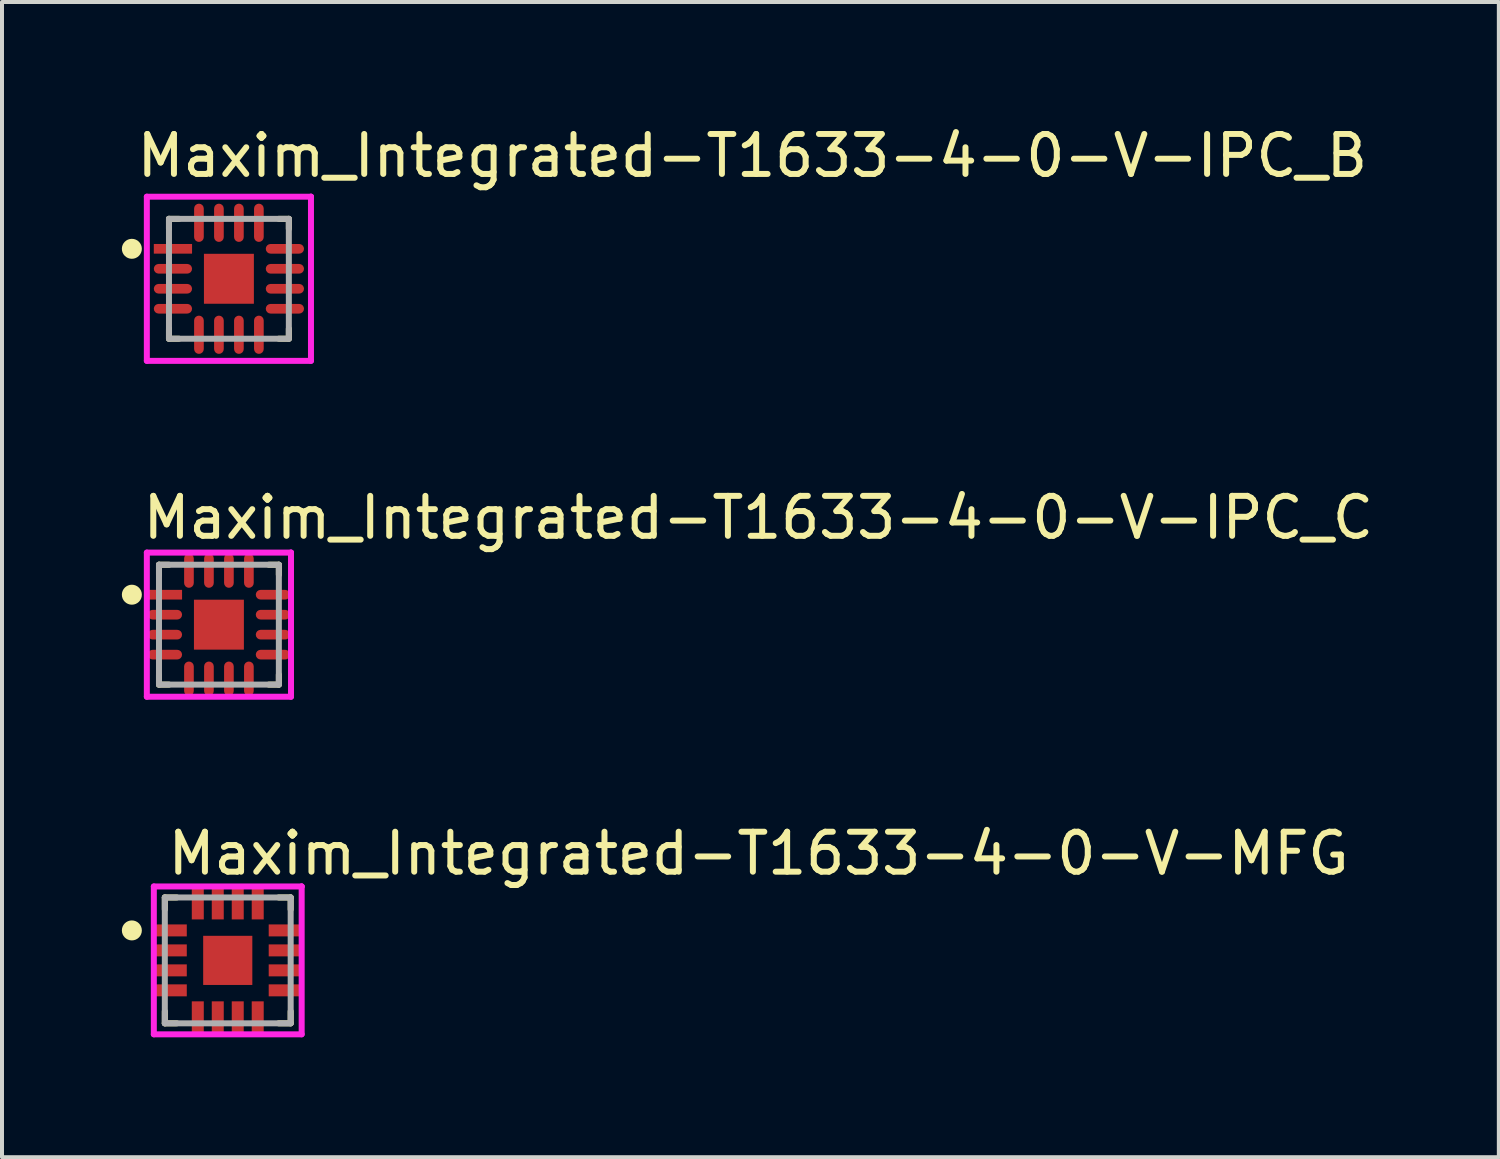
<source format=kicad_pcb>
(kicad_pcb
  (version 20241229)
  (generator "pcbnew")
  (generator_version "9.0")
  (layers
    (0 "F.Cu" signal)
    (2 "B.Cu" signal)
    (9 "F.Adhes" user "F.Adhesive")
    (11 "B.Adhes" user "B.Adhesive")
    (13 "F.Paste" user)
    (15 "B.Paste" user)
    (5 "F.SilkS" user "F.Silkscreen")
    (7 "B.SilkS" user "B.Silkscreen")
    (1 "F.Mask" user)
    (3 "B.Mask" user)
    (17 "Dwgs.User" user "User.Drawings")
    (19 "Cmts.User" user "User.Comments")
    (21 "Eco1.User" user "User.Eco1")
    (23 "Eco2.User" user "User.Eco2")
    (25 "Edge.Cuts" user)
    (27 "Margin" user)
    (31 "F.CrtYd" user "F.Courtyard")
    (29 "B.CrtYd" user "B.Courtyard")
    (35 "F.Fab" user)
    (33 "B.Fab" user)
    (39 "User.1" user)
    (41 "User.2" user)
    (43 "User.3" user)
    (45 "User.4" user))
  (footprint "Maxim_Integrated-T1633-4-0-V-IPC_C"
    (layer "F.Cu")
    (at 2.429 12.584)
    (property "Reference" "Maxim_Integrated-T1633-4-0-V-IPC_C" (at -1.979 -2.679 0) (layer "F.SilkS") (effects (font (size 1 1) (thickness 0.15)) (justify left)))
    (attr through_hole)
    (fp_line (start -1.5 -1.5) (end -1.5 -1.25) (stroke (width 0.15) (type solid)) (layer "F.SilkS"))
    (fp_line (start -1.5 1.5) (end -1.5 1.25) (stroke (width 0.15) (type solid)) (layer "F.SilkS"))
    (fp_line (start -1.25 -1.5) (end -1.5 -1.5) (stroke (width 0.15) (type solid)) (layer "F.SilkS"))
    (fp_line (start -1.25 1.5) (end -1.5 1.5) (stroke (width 0.15) (type solid)) (layer "F.SilkS"))
    (fp_line (start 1.25 -1.5) (end 1.5 -1.5) (stroke (width 0.15) (type solid)) (layer "F.SilkS"))
    (fp_line (start 1.25 1.5) (end 1.5 1.5) (stroke (width 0.15) (type solid)) (layer "F.SilkS"))
    (fp_line (start 1.5 -1.5) (end 1.5 -1.25) (stroke (width 0.15) (type solid)) (layer "F.SilkS"))
    (fp_line (start 1.5 1.5) (end 1.5 1.25) (stroke (width 0.15) (type solid)) (layer "F.SilkS"))
    (fp_circle (center -2.179 -0.75) (end -2.054 -0.75) (stroke (width 0.25) (type solid)) (fill no) (layer "F.SilkS"))
    (fp_poly (pts (xy -0.395 -0.395) (xy 0.395 -0.395) (xy 0.395 0.395) (xy -0.395 0.395)) (stroke (width 0) (type solid)) (fill yes) (layer "F.Paste"))
    (fp_line (start -1.804 -1.804) (end -1.804 1.804) (stroke (width 0.15) (type solid)) (layer "F.CrtYd"))
    (fp_line (start -1.804 1.804) (end 1.804 1.804) (stroke (width 0.15) (type solid)) (layer "F.CrtYd"))
    (fp_line (start 1.804 -1.804) (end -1.804 -1.804) (stroke (width 0.15) (type solid)) (layer "F.CrtYd"))
    (fp_line (start 1.804 -1.804) (end 1.804 -1.804) (stroke (width 0.15) (type solid)) (layer "F.CrtYd"))
    (fp_line (start 1.804 1.804) (end 1.804 -1.804) (stroke (width 0.15) (type solid)) (layer "F.CrtYd"))
    (fp_line (start -1.5 -1.5) (end 1.5 -1.5) (stroke (width 0.15) (type solid)) (layer "F.Fab"))
    (fp_line (start -1.5 1.5) (end -1.5 -1.5) (stroke (width 0.15) (type solid)) (layer "F.Fab"))
    (fp_line (start 1.5 -1.5) (end 1.5 1.5) (stroke (width 0.15) (type solid)) (layer "F.Fab"))
    (fp_line (start 1.5 1.5) (end -1.5 1.5) (stroke (width 0.15) (type solid)) (layer "F.Fab"))
    (pad "1" smd rect (at -1.351 -0.75) (size 0.857 0.242) (layers "F.Cu" "F.Mask" "F.Paste"))
    (pad "2" smd roundrect (at -1.351 -0.25) (size 0.857 0.242) (layers "F.Cu" "F.Mask" "F.Paste") (roundrect_rratio 0.5))
    (pad "3" smd roundrect (at -1.351 0.25) (size 0.857 0.242) (layers "F.Cu" "F.Mask" "F.Paste") (roundrect_rratio 0.5))
    (pad "4" smd roundrect (at -1.351 0.75) (size 0.857 0.242) (layers "F.Cu" "F.Mask" "F.Paste") (roundrect_rratio 0.5))
    (pad "5" smd roundrect (at -0.75 1.351) (size 0.242 0.857) (layers "F.Cu" "F.Mask" "F.Paste") (roundrect_rratio 0.5))
    (pad "6" smd roundrect (at -0.25 1.351) (size 0.242 0.857) (layers "F.Cu" "F.Mask" "F.Paste") (roundrect_rratio 0.5))
    (pad "7" smd roundrect (at 0.25 1.351) (size 0.242 0.857) (layers "F.Cu" "F.Mask" "F.Paste") (roundrect_rratio 0.5))
    (pad "8" smd roundrect (at 0.75 1.351) (size 0.242 0.857) (layers "F.Cu" "F.Mask" "F.Paste") (roundrect_rratio 0.5))
    (pad "9" smd roundrect (at 1.351 0.75) (size 0.857 0.242) (layers "F.Cu" "F.Mask" "F.Paste") (roundrect_rratio 0.5))
    (pad "10" smd roundrect (at 1.351 0.25) (size 0.857 0.242) (layers "F.Cu" "F.Mask" "F.Paste") (roundrect_rratio 0.5))
    (pad "11" smd roundrect (at 1.351 -0.25) (size 0.857 0.242) (layers "F.Cu" "F.Mask" "F.Paste") (roundrect_rratio 0.5))
    (pad "12" smd roundrect (at 1.351 -0.75) (size 0.857 0.242) (layers "F.Cu" "F.Mask" "F.Paste") (roundrect_rratio 0.5))
    (pad "13" smd roundrect (at 0.75 -1.351) (size 0.242 0.857) (layers "F.Cu" "F.Mask" "F.Paste") (roundrect_rratio 0.5))
    (pad "14" smd roundrect (at 0.25 -1.351) (size 0.242 0.857) (layers "F.Cu" "F.Mask" "F.Paste") (roundrect_rratio 0.5))
    (pad "15" smd roundrect (at -0.25 -1.351) (size 0.242 0.857) (layers "F.Cu" "F.Mask" "F.Paste") (roundrect_rratio 0.5))
    (pad "16" smd roundrect (at -0.75 -1.351) (size 0.242 0.857) (layers "F.Cu" "F.Mask" "F.Paste") (roundrect_rratio 0.5))
    (pad "17" smd rect (at 0 0) (size 1.25 1.25) (layers "F.Cu" "F.Mask")))
  (footprint "Maxim_Integrated-T1633-4-0-V-IPC_B"
    (layer "F.Cu")
    (at 2.679 3.927)
    (property "Reference" "Maxim_Integrated-T1633-4-0-V-IPC_B" (at -2.379 -3.079 0) (layer "F.SilkS") (effects (font (size 1 1) (thickness 0.15)) (justify left)))
    (attr through_hole)
    (fp_line (start -1.5 -1.5) (end -1.5 -1.25) (stroke (width 0.15) (type solid)) (layer "F.SilkS"))
    (fp_line (start -1.5 1.5) (end -1.5 1.25) (stroke (width 0.15) (type solid)) (layer "F.SilkS"))
    (fp_line (start -1.25 -1.5) (end -1.5 -1.5) (stroke (width 0.15) (type solid)) (layer "F.SilkS"))
    (fp_line (start -1.25 1.5) (end -1.5 1.5) (stroke (width 0.15) (type solid)) (layer "F.SilkS"))
    (fp_line (start 1.25 -1.5) (end 1.5 -1.5) (stroke (width 0.15) (type solid)) (layer "F.SilkS"))
    (fp_line (start 1.25 1.5) (end 1.5 1.5) (stroke (width 0.15) (type solid)) (layer "F.SilkS"))
    (fp_line (start 1.5 -1.5) (end 1.5 -1.25) (stroke (width 0.15) (type solid)) (layer "F.SilkS"))
    (fp_line (start 1.5 1.5) (end 1.5 1.25) (stroke (width 0.15) (type solid)) (layer "F.SilkS"))
    (fp_circle (center -2.429 -0.75) (end -2.304 -0.75) (stroke (width 0.25) (type solid)) (fill no) (layer "F.SilkS"))
    (fp_poly (pts (xy -0.395 -0.395) (xy 0.395 -0.395) (xy 0.395 0.395) (xy -0.395 0.395)) (stroke (width 0) (type solid)) (fill yes) (layer "F.Paste"))
    (fp_line (start -2.054 -2.054) (end -2.054 2.054) (stroke (width 0.15) (type solid)) (layer "F.CrtYd"))
    (fp_line (start -2.054 2.054) (end 2.054 2.054) (stroke (width 0.15) (type solid)) (layer "F.CrtYd"))
    (fp_line (start 2.054 -2.054) (end -2.054 -2.054) (stroke (width 0.15) (type solid)) (layer "F.CrtYd"))
    (fp_line (start 2.054 -2.054) (end 2.054 -2.054) (stroke (width 0.15) (type solid)) (layer "F.CrtYd"))
    (fp_line (start 2.054 2.054) (end 2.054 -2.054) (stroke (width 0.15) (type solid)) (layer "F.CrtYd"))
    (fp_line (start -1.5 -1.5) (end 1.5 -1.5) (stroke (width 0.15) (type solid)) (layer "F.Fab"))
    (fp_line (start -1.5 1.5) (end -1.5 -1.5) (stroke (width 0.15) (type solid)) (layer "F.Fab"))
    (fp_line (start 1.5 -1.5) (end 1.5 1.5) (stroke (width 0.15) (type solid)) (layer "F.Fab"))
    (fp_line (start 1.5 1.5) (end -1.5 1.5) (stroke (width 0.15) (type solid)) (layer "F.Fab"))
    (pad "1" smd rect (at -1.401 -0.75) (size 0.957 0.242) (layers "F.Cu" "F.Mask" "F.Paste"))
    (pad "2" smd roundrect (at -1.401 -0.25) (size 0.957 0.242) (layers "F.Cu" "F.Mask" "F.Paste") (roundrect_rratio 0.5))
    (pad "3" smd roundrect (at -1.401 0.25) (size 0.957 0.242) (layers "F.Cu" "F.Mask" "F.Paste") (roundrect_rratio 0.5))
    (pad "4" smd roundrect (at -1.401 0.75) (size 0.957 0.242) (layers "F.Cu" "F.Mask" "F.Paste") (roundrect_rratio 0.5))
    (pad "5" smd roundrect (at -0.75 1.401) (size 0.242 0.957) (layers "F.Cu" "F.Mask" "F.Paste") (roundrect_rratio 0.5))
    (pad "6" smd roundrect (at -0.25 1.401) (size 0.242 0.957) (layers "F.Cu" "F.Mask" "F.Paste") (roundrect_rratio 0.5))
    (pad "7" smd roundrect (at 0.25 1.401) (size 0.242 0.957) (layers "F.Cu" "F.Mask" "F.Paste") (roundrect_rratio 0.5))
    (pad "8" smd roundrect (at 0.75 1.401) (size 0.242 0.957) (layers "F.Cu" "F.Mask" "F.Paste") (roundrect_rratio 0.5))
    (pad "9" smd roundrect (at 1.401 0.75) (size 0.957 0.242) (layers "F.Cu" "F.Mask" "F.Paste") (roundrect_rratio 0.5))
    (pad "10" smd roundrect (at 1.401 0.25) (size 0.957 0.242) (layers "F.Cu" "F.Mask" "F.Paste") (roundrect_rratio 0.5))
    (pad "11" smd roundrect (at 1.401 -0.25) (size 0.957 0.242) (layers "F.Cu" "F.Mask" "F.Paste") (roundrect_rratio 0.5))
    (pad "12" smd roundrect (at 1.401 -0.75) (size 0.957 0.242) (layers "F.Cu" "F.Mask" "F.Paste") (roundrect_rratio 0.5))
    (pad "13" smd roundrect (at 0.75 -1.401) (size 0.242 0.957) (layers "F.Cu" "F.Mask" "F.Paste") (roundrect_rratio 0.5))
    (pad "14" smd roundrect (at 0.25 -1.401) (size 0.242 0.957) (layers "F.Cu" "F.Mask" "F.Paste") (roundrect_rratio 0.5))
    (pad "15" smd roundrect (at -0.25 -1.401) (size 0.242 0.957) (layers "F.Cu" "F.Mask" "F.Paste") (roundrect_rratio 0.5))
    (pad "16" smd roundrect (at -0.75 -1.401) (size 0.242 0.957) (layers "F.Cu" "F.Mask" "F.Paste") (roundrect_rratio 0.5))
    (pad "17" smd rect (at 0 0) (size 1.25 1.25) (layers "F.Cu" "F.Mask")))
  (footprint "Maxim_Integrated-T1633-4-0-V-MFG"
    (layer "F.Cu")
    (at 2.65 20.986)
    (property "Reference" "Maxim_Integrated-T1633-4-0-V-MFG" (at -1.575 -2.675 0) (layer "F.SilkS") (effects (font (size 1 1) (thickness 0.15)) (justify left)))
    (attr through_hole)
    (fp_line (start -1.575 -1.575) (end -1.275 -1.575) (stroke (width 0.15) (type solid)) (layer "F.SilkS"))
    (fp_line (start -1.575 -1.275) (end -1.575 -1.575) (stroke (width 0.15) (type solid)) (layer "F.SilkS"))
    (fp_line (start -1.575 1.575) (end -1.575 1.275) (stroke (width 0.15) (type solid)) (layer "F.SilkS"))
    (fp_line (start -1.575 1.575) (end -1.275 1.575) (stroke (width 0.15) (type solid)) (layer "F.SilkS"))
    (fp_line (start 1.275 -1.575) (end 1.575 -1.575) (stroke (width 0.15) (type solid)) (layer "F.SilkS"))
    (fp_line (start 1.275 1.575) (end 1.575 1.575) (stroke (width 0.15) (type solid)) (layer "F.SilkS"))
    (fp_line (start 1.575 -1.275) (end 1.575 -1.575) (stroke (width 0.15) (type solid)) (layer "F.SilkS"))
    (fp_line (start 1.575 1.575) (end 1.575 1.275) (stroke (width 0.15) (type solid)) (layer "F.SilkS"))
    (fp_circle (center -2.4 -0.75) (end -2.275 -0.75) (stroke (width 0.25) (type solid)) (fill no) (layer "F.SilkS"))
    (fp_line (start -1.85 -1.85) (end -1.85 1.85) (stroke (width 0.15) (type solid)) (layer "F.CrtYd"))
    (fp_line (start -1.85 1.85) (end 1.85 1.85) (stroke (width 0.15) (type solid)) (layer "F.CrtYd"))
    (fp_line (start 1.85 -1.85) (end -1.85 -1.85) (stroke (width 0.15) (type solid)) (layer "F.CrtYd"))
    (fp_line (start 1.85 -1.85) (end 1.85 -1.85) (stroke (width 0.15) (type solid)) (layer "F.CrtYd"))
    (fp_line (start 1.85 1.85) (end 1.85 -1.85) (stroke (width 0.15) (type solid)) (layer "F.CrtYd"))
    (fp_line (start -1.575 -1.575) (end 1.575 -1.575) (stroke (width 0.15) (type solid)) (layer "F.Fab"))
    (fp_line (start -1.575 1.575) (end -1.575 -1.575) (stroke (width 0.15) (type solid)) (layer "F.Fab"))
    (fp_line (start 1.575 -1.575) (end 1.575 1.575) (stroke (width 0.15) (type solid)) (layer "F.Fab"))
    (fp_line (start 1.575 1.575) (end -1.575 1.575) (stroke (width 0.15) (type solid)) (layer "F.Fab"))
    (pad "1" smd rect (at -1.425 -0.75) (size 0.8 0.3) (layers "F.Cu" "F.Mask" "F.Paste"))
    (pad "2" smd rect (at -1.425 -0.25) (size 0.8 0.3) (layers "F.Cu" "F.Mask" "F.Paste"))
    (pad "3" smd rect (at -1.425 0.25) (size 0.8 0.3) (layers "F.Cu" "F.Mask" "F.Paste"))
    (pad "4" smd rect (at -1.425 0.75) (size 0.8 0.3) (layers "F.Cu" "F.Mask" "F.Paste"))
    (pad "5" smd rect (at -0.75 1.425) (size 0.3 0.8) (layers "F.Cu" "F.Mask" "F.Paste"))
    (pad "6" smd rect (at -0.25 1.425) (size 0.3 0.8) (layers "F.Cu" "F.Mask" "F.Paste"))
    (pad "7" smd rect (at 0.25 1.425) (size 0.3 0.8) (layers "F.Cu" "F.Mask" "F.Paste"))
    (pad "8" smd rect (at 0.75 1.425) (size 0.3 0.8) (layers "F.Cu" "F.Mask" "F.Paste"))
    (pad "9" smd rect (at 1.425 0.75) (size 0.8 0.3) (layers "F.Cu" "F.Mask" "F.Paste"))
    (pad "10" smd rect (at 1.425 0.25) (size 0.8 0.3) (layers "F.Cu" "F.Mask" "F.Paste"))
    (pad "11" smd rect (at 1.425 -0.25) (size 0.8 0.3) (layers "F.Cu" "F.Mask" "F.Paste"))
    (pad "12" smd rect (at 1.425 -0.75) (size 0.8 0.3) (layers "F.Cu" "F.Mask" "F.Paste"))
    (pad "13" smd rect (at 0.75 -1.425) (size 0.3 0.8) (layers "F.Cu" "F.Mask" "F.Paste"))
    (pad "14" smd rect (at 0.25 -1.425) (size 0.3 0.8) (layers "F.Cu" "F.Mask" "F.Paste"))
    (pad "15" smd rect (at -0.25 -1.425) (size 0.3 0.8) (layers "F.Cu" "F.Mask" "F.Paste"))
    (pad "16" smd rect (at -0.75 -1.425) (size 0.3 0.8) (layers "F.Cu" "F.Mask" "F.Paste"))
    (pad "17" smd rect (at 0 0) (size 1.23 1.23) (layers "F.Cu" "F.Mask" "F.Paste")))
  (gr_rect
    (start -3 -3)
    (end 34.462 25.911)
    (stroke (width 0.1) (type default))
    (fill no)
    (layer "Edge.Cuts")))
</source>
